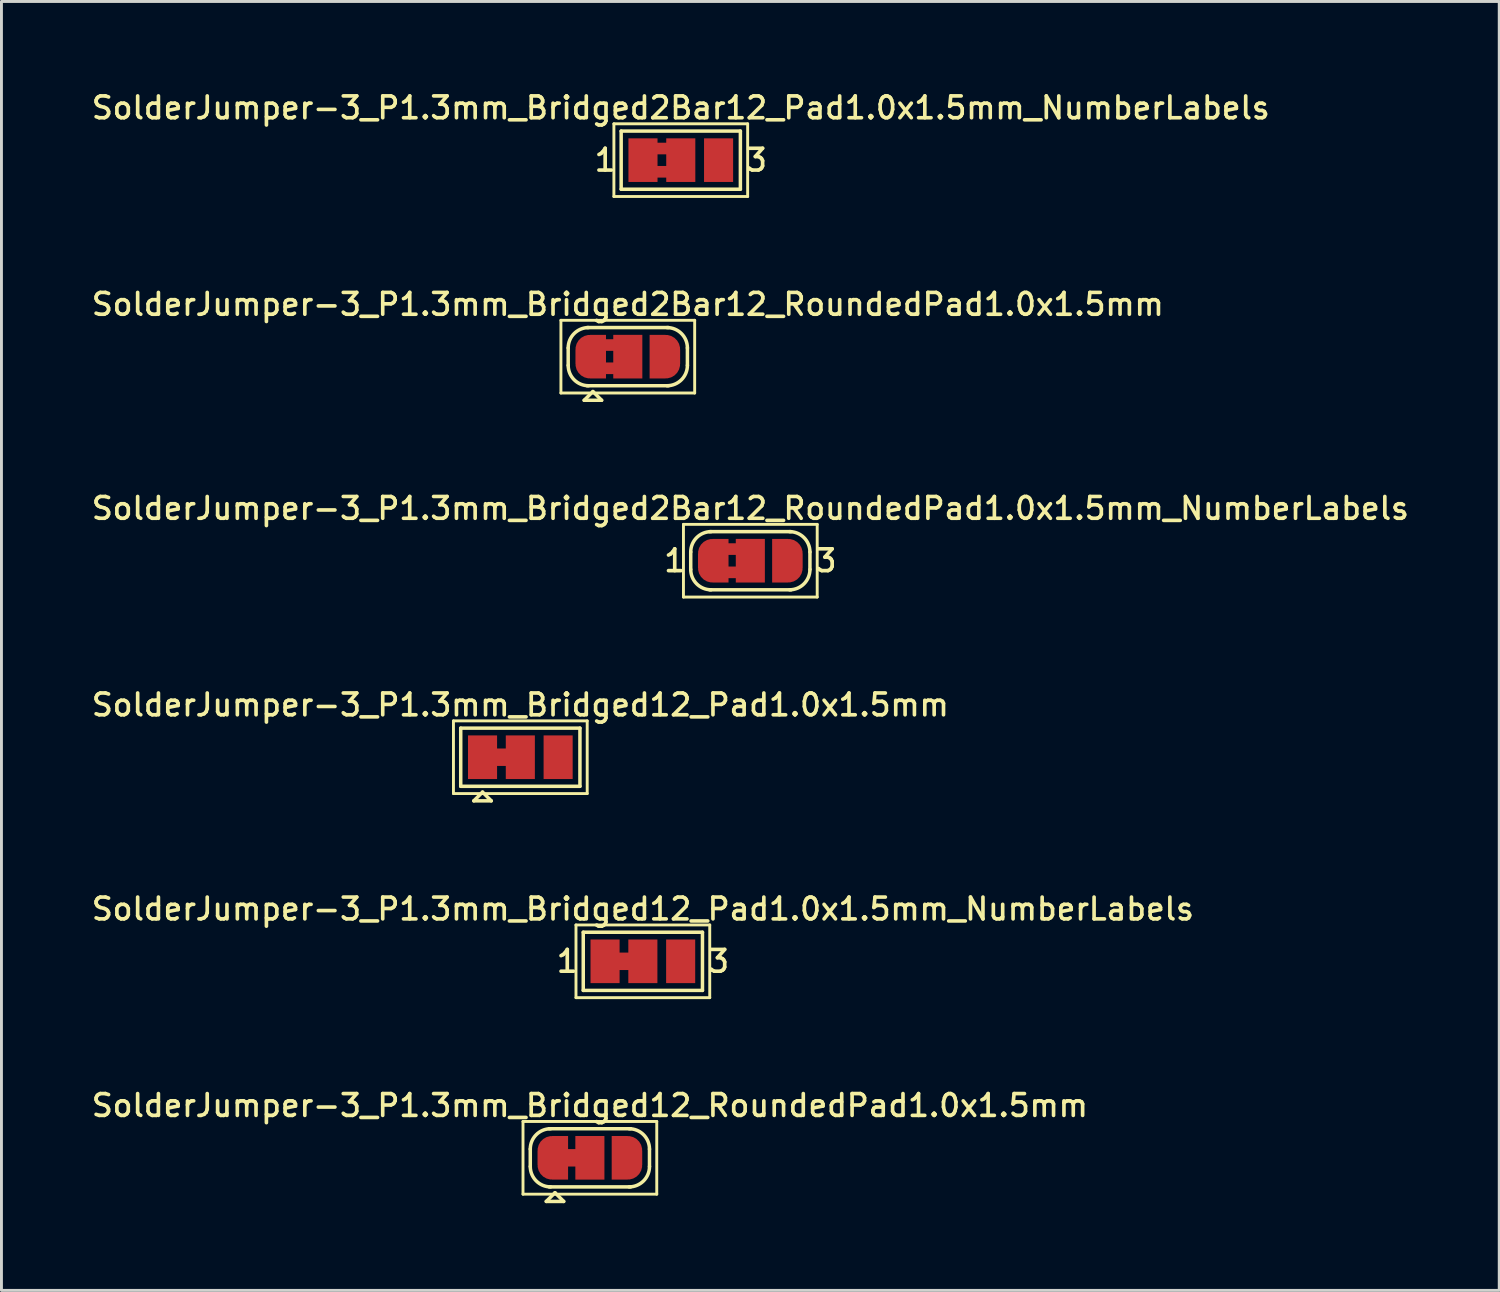
<source format=kicad_pcb>
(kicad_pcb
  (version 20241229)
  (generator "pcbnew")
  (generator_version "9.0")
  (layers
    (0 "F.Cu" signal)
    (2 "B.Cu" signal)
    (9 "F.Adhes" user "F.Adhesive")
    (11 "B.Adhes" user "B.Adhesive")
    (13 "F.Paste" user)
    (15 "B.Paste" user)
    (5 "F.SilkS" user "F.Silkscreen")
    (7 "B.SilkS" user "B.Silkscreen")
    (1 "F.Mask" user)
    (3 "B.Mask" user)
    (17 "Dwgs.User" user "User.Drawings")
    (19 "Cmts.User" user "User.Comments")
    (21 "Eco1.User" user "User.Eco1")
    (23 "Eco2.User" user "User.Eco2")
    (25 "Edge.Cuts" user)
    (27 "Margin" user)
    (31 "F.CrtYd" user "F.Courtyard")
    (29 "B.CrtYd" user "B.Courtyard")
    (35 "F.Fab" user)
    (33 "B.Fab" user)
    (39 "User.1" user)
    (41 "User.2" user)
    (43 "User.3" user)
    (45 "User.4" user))
  (footprint "SolderJumper-3_P1.3mm_Bridged12_RoundedPad1.0x1.5mm"
    (layer "F.Cu")
    (at 17.237 36.769)
    (property "Reference" "SolderJumper-3_P1.3mm_Bridged12_RoundedPad1.0x1.5mm" (at 0 -1.8 0) (layer "F.SilkS") (effects (font (size 0.75 0.75) (thickness 0.125))))
    (attr exclude_from_pos_files exclude_from_bom)
    (fp_poly (pts (xy -0.9 -0.3) (xy -0.4 -0.3) (xy -0.4 0.3) (xy -0.9 0.3)) (stroke (width 0) (type solid)) (fill yes) (layer "F.Cu"))
    (fp_line (start -2.3 -1.25) (end -2.3 1.25) (stroke (width 0.1) (type solid)) (layer "F.SilkS"))
    (fp_line (start -2.3 -1.25) (end 2.3 -1.25) (stroke (width 0.1) (type solid)) (layer "F.SilkS"))
    (fp_line (start -2.05 0.3) (end -2.05 -0.3) (stroke (width 0.12) (type solid)) (layer "F.SilkS"))
    (fp_line (start -1.5 1.5) (end -0.9 1.5) (stroke (width 0.12) (type solid)) (layer "F.SilkS"))
    (fp_line (start -1.4 -1) (end 1.4 -1) (stroke (width 0.12) (type solid)) (layer "F.SilkS"))
    (fp_line (start -1.2 1.2) (end -1.5 1.5) (stroke (width 0.12) (type solid)) (layer "F.SilkS"))
    (fp_line (start -1.2 1.2) (end -0.9 1.5) (stroke (width 0.12) (type solid)) (layer "F.SilkS"))
    (fp_line (start 1.4 1) (end -1.4 1) (stroke (width 0.12) (type solid)) (layer "F.SilkS"))
    (fp_line (start 2.05 -0.3) (end 2.05 0.3) (stroke (width 0.12) (type solid)) (layer "F.SilkS"))
    (fp_line (start 2.3 1.25) (end -2.3 1.25) (stroke (width 0.1) (type solid)) (layer "F.SilkS"))
    (fp_line (start 2.3 1.25) (end 2.3 -1.25) (stroke (width 0.1) (type solid)) (layer "F.SilkS"))
    (fp_arc (start -2.05 -0.3) (mid -1.844975 -0.794975) (end -1.35 -1) (stroke (width 0.12) (type solid)) (layer "F.SilkS"))
    (fp_arc (start -1.35 1) (mid -1.844975 0.794975) (end -2.05 0.3) (stroke (width 0.12) (type solid)) (layer "F.SilkS"))
    (fp_arc (start 1.35 -1) (mid 1.844975 -0.794975) (end 2.05 -0.3) (stroke (width 0.12) (type solid)) (layer "F.SilkS"))
    (fp_arc (start 2.05 0.3) (mid 1.844975 0.794975) (end 1.35 1) (stroke (width 0.12) (type solid)) (layer "F.SilkS"))
    (pad "1" smd custom (at -1.3 0) (size 1 0.5) (layers "F.Cu" "F.Mask") (options (anchor rect)) (primitives (gr_circle (center 0 0.25) (end 0.5 0.25) (width 0) (fill yes)) (gr_circle (center 0 -0.25) (end 0.5 -0.25) (width 0) (fill yes)) (gr_poly (pts (xy 0.55 0.75) (xy 0 0.75) (xy 0 -0.75) (xy 0.55 -0.75)) (width 0) (fill yes))))
    (pad "2" smd rect (at 0 0) (size 1 1.5) (layers "F.Cu" "F.Mask"))
    (pad "3" smd custom (at 1.3 0) (size 1 0.5) (layers "F.Cu" "F.Mask") (options (anchor rect)) (primitives (gr_circle (center 0 0.25) (end 0.5 0.25) (width 0) (fill yes)) (gr_circle (center 0 -0.25) (end 0.5 -0.25) (width 0) (fill yes)) (gr_poly (pts (xy 0 0.75) (xy -0.55 0.75) (xy -0.55 -0.75) (xy 0 -0.75)) (width 0) (fill yes)))))
  (footprint "SolderJumper-3_P1.3mm_Bridged2Bar12_Pad1.0x1.5mm_NumberLabels"
    (layer "F.Cu")
    (at 20.363 2.458)
    (property "Reference" "SolderJumper-3_P1.3mm_Bridged2Bar12_Pad1.0x1.5mm_NumberLabels" (at 0 -1.8 0) (layer "F.SilkS") (effects (font (size 0.75 0.75) (thickness 0.125))))
    (attr exclude_from_pos_files exclude_from_bom)
    (fp_poly (pts (xy -0.9 -0.6) (xy -0.4 -0.6) (xy -0.4 -0.2) (xy -0.9 -0.2)) (stroke (width 0) (type solid)) (fill yes) (layer "F.Cu"))
    (fp_poly (pts (xy -0.9 0.2) (xy -0.4 0.2) (xy -0.4 0.6) (xy -0.9 0.6)) (stroke (width 0) (type solid)) (fill yes) (layer "F.Cu"))
    (fp_line (start -2.3 -1.25) (end -2.3 1.25) (stroke (width 0.1) (type solid)) (layer "F.SilkS"))
    (fp_line (start -2.3 -1.25) (end 2.3 -1.25) (stroke (width 0.1) (type solid)) (layer "F.SilkS"))
    (fp_line (start -2.05 -1) (end 2.05 -1) (stroke (width 0.12) (type solid)) (layer "F.SilkS"))
    (fp_line (start -2.05 1) (end -2.05 -1) (stroke (width 0.12) (type solid)) (layer "F.SilkS"))
    (fp_line (start 2.05 -1) (end 2.05 1) (stroke (width 0.12) (type solid)) (layer "F.SilkS"))
    (fp_line (start 2.05 1) (end -2.05 1) (stroke (width 0.12) (type solid)) (layer "F.SilkS"))
    (fp_line (start 2.3 1.25) (end -2.3 1.25) (stroke (width 0.1) (type solid)) (layer "F.SilkS"))
    (fp_line (start 2.3 1.25) (end 2.3 -1.25) (stroke (width 0.1) (type solid)) (layer "F.SilkS"))
    (fp_text user "1" (at -2.6 0 0) (layer "F.SilkS") (effects (font (size 0.75 0.75) (thickness 0.125))))
    (fp_text user "3" (at 2.6 0 0) (layer "F.SilkS") (effects (font (size 0.75 0.75) (thickness 0.125))))
    (pad "1" smd rect (at -1.3 0) (size 1 1.5) (layers "F.Cu" "F.Mask"))
    (pad "2" smd rect (at 0 0) (size 1 1.5) (layers "F.Cu" "F.Mask"))
    (pad "3" smd rect (at 1.3 0) (size 1 1.5) (layers "F.Cu" "F.Mask")))
  (footprint "SolderJumper-3_P1.3mm_Bridged12_Pad1.0x1.5mm_NumberLabels"
    (layer "F.Cu")
    (at 19.059 30.011)
    (property "Reference" "SolderJumper-3_P1.3mm_Bridged12_Pad1.0x1.5mm_NumberLabels" (at 0 -1.8 0) (layer "F.SilkS") (effects (font (size 0.75 0.75) (thickness 0.125))))
    (attr exclude_from_pos_files exclude_from_bom)
    (fp_poly (pts (xy -0.9 -0.3) (xy -0.4 -0.3) (xy -0.4 0.3) (xy -0.9 0.3)) (stroke (width 0) (type solid)) (fill yes) (layer "F.Cu"))
    (fp_line (start -2.3 -1.25) (end -2.3 1.25) (stroke (width 0.1) (type solid)) (layer "F.SilkS"))
    (fp_line (start -2.3 -1.25) (end 2.3 -1.25) (stroke (width 0.1) (type solid)) (layer "F.SilkS"))
    (fp_line (start -2.05 -1) (end 2.05 -1) (stroke (width 0.12) (type solid)) (layer "F.SilkS"))
    (fp_line (start -2.05 1) (end -2.05 -1) (stroke (width 0.12) (type solid)) (layer "F.SilkS"))
    (fp_line (start 2.05 -1) (end 2.05 1) (stroke (width 0.12) (type solid)) (layer "F.SilkS"))
    (fp_line (start 2.05 1) (end -2.05 1) (stroke (width 0.12) (type solid)) (layer "F.SilkS"))
    (fp_line (start 2.3 1.25) (end -2.3 1.25) (stroke (width 0.1) (type solid)) (layer "F.SilkS"))
    (fp_line (start 2.3 1.25) (end 2.3 -1.25) (stroke (width 0.1) (type solid)) (layer "F.SilkS"))
    (fp_text user "3" (at 2.6 0 0) (layer "F.SilkS") (effects (font (size 0.75 0.75) (thickness 0.125))))
    (fp_text user "1" (at -2.6 0 0) (layer "F.SilkS") (effects (font (size 0.75 0.75) (thickness 0.125))))
    (pad "1" smd rect (at -1.3 0) (size 1 1.5) (layers "F.Cu" "F.Mask"))
    (pad "2" smd rect (at 0 0) (size 1 1.5) (layers "F.Cu" "F.Mask"))
    (pad "3" smd rect (at 1.3 0) (size 1 1.5) (layers "F.Cu" "F.Mask")))
  (footprint "SolderJumper-3_P1.3mm_Bridged2Bar12_RoundedPad1.0x1.5mm_NumberLabels"
    (layer "F.Cu")
    (at 22.755 16.234)
    (property "Reference" "SolderJumper-3_P1.3mm_Bridged2Bar12_RoundedPad1.0x1.5mm_NumberLabels" (at 0 -1.8 0) (layer "F.SilkS") (effects (font (size 0.75 0.75) (thickness 0.125))))
    (attr exclude_from_pos_files exclude_from_bom)
    (fp_poly (pts (xy -0.9 -0.6) (xy -0.4 -0.6) (xy -0.4 -0.2) (xy -0.9 -0.2)) (stroke (width 0) (type solid)) (fill yes) (layer "F.Cu"))
    (fp_poly (pts (xy -0.9 0.2) (xy -0.4 0.2) (xy -0.4 0.6) (xy -0.9 0.6)) (stroke (width 0) (type solid)) (fill yes) (layer "F.Cu"))
    (fp_line (start -2.3 -1.25) (end -2.3 1.25) (stroke (width 0.1) (type solid)) (layer "F.SilkS"))
    (fp_line (start -2.3 -1.25) (end 2.3 -1.25) (stroke (width 0.1) (type solid)) (layer "F.SilkS"))
    (fp_line (start -2.05 0.3) (end -2.05 -0.3) (stroke (width 0.12) (type solid)) (layer "F.SilkS"))
    (fp_line (start -1.4 -1) (end 1.4 -1) (stroke (width 0.12) (type solid)) (layer "F.SilkS"))
    (fp_line (start 1.4 1) (end -1.4 1) (stroke (width 0.12) (type solid)) (layer "F.SilkS"))
    (fp_line (start 2.05 -0.3) (end 2.05 0.3) (stroke (width 0.12) (type solid)) (layer "F.SilkS"))
    (fp_line (start 2.3 1.25) (end -2.3 1.25) (stroke (width 0.1) (type solid)) (layer "F.SilkS"))
    (fp_line (start 2.3 1.25) (end 2.3 -1.25) (stroke (width 0.1) (type solid)) (layer "F.SilkS"))
    (fp_arc (start -2.05 -0.3) (mid -1.844975 -0.794975) (end -1.35 -1) (stroke (width 0.12) (type solid)) (layer "F.SilkS"))
    (fp_arc (start -1.35 1) (mid -1.844975 0.794975) (end -2.05 0.3) (stroke (width 0.12) (type solid)) (layer "F.SilkS"))
    (fp_arc (start 1.35 -1) (mid 1.844975 -0.794975) (end 2.05 -0.3) (stroke (width 0.12) (type solid)) (layer "F.SilkS"))
    (fp_arc (start 2.05 0.3) (mid 1.844975 0.794975) (end 1.35 1) (stroke (width 0.12) (type solid)) (layer "F.SilkS"))
    (fp_text user "3" (at 2.6 0 0) (layer "F.SilkS") (effects (font (size 0.75 0.75) (thickness 0.125))))
    (fp_text user "1" (at -2.6 0 0) (layer "F.SilkS") (effects (font (size 0.75 0.75) (thickness 0.125))))
    (pad "1" smd custom (at -1.3 0) (size 1 0.5) (layers "F.Cu" "F.Mask") (options (anchor rect)) (primitives (gr_circle (center 0 0.25) (end 0.5 0.25) (width 0) (fill yes)) (gr_circle (center 0 -0.25) (end 0.5 -0.25) (width 0) (fill yes)) (gr_poly (pts (xy 0.55 0.75) (xy 0 0.75) (xy 0 -0.75) (xy 0.55 -0.75)) (width 0) (fill yes))))
    (pad "2" smd rect (at 0 0) (size 1 1.5) (layers "F.Cu" "F.Mask"))
    (pad "3" smd custom (at 1.3 0) (size 1 0.5) (layers "F.Cu" "F.Mask") (options (anchor rect)) (primitives (gr_circle (center 0 0.25) (end 0.5 0.25) (width 0) (fill yes)) (gr_circle (center 0 -0.25) (end 0.5 -0.25) (width 0) (fill yes)) (gr_poly (pts (xy 0 0.75) (xy -0.55 0.75) (xy -0.55 -0.75) (xy 0 -0.75)) (width 0) (fill yes)))))
  (footprint "SolderJumper-3_P1.3mm_Bridged12_Pad1.0x1.5mm"
    (layer "F.Cu")
    (at 14.845 22.992)
    (property "Reference" "SolderJumper-3_P1.3mm_Bridged12_Pad1.0x1.5mm" (at 0 -1.8 0) (layer "F.SilkS") (effects (font (size 0.75 0.75) (thickness 0.125))))
    (attr exclude_from_pos_files exclude_from_bom)
    (fp_poly (pts (xy -0.9 -0.3) (xy -0.4 -0.3) (xy -0.4 0.3) (xy -0.9 0.3)) (stroke (width 0) (type solid)) (fill yes) (layer "F.Cu"))
    (fp_line (start -2.3 -1.25) (end -2.3 1.25) (stroke (width 0.1) (type solid)) (layer "F.SilkS"))
    (fp_line (start -2.3 -1.25) (end 2.3 -1.25) (stroke (width 0.1) (type solid)) (layer "F.SilkS"))
    (fp_line (start -2.05 -1) (end 2.05 -1) (stroke (width 0.12) (type solid)) (layer "F.SilkS"))
    (fp_line (start -2.05 1) (end -2.05 -1) (stroke (width 0.12) (type solid)) (layer "F.SilkS"))
    (fp_line (start -1.6 1.5) (end -1 1.5) (stroke (width 0.12) (type solid)) (layer "F.SilkS"))
    (fp_line (start -1.3 1.2) (end -1.6 1.5) (stroke (width 0.12) (type solid)) (layer "F.SilkS"))
    (fp_line (start -1.3 1.2) (end -1 1.5) (stroke (width 0.12) (type solid)) (layer "F.SilkS"))
    (fp_line (start 2.05 -1) (end 2.05 1) (stroke (width 0.12) (type solid)) (layer "F.SilkS"))
    (fp_line (start 2.05 1) (end -2.05 1) (stroke (width 0.12) (type solid)) (layer "F.SilkS"))
    (fp_line (start 2.3 1.25) (end -2.3 1.25) (stroke (width 0.1) (type solid)) (layer "F.SilkS"))
    (fp_line (start 2.3 1.25) (end 2.3 -1.25) (stroke (width 0.1) (type solid)) (layer "F.SilkS"))
    (pad "1" smd rect (at -1.3 0) (size 1 1.5) (layers "F.Cu" "F.Mask"))
    (pad "2" smd rect (at 0 0) (size 1 1.5) (layers "F.Cu" "F.Mask"))
    (pad "3" smd rect (at 1.3 0) (size 1 1.5) (layers "F.Cu" "F.Mask")))
  (footprint "SolderJumper-3_P1.3mm_Bridged2Bar12_RoundedPad1.0x1.5mm"
    (layer "F.Cu")
    (at 18.541 9.216)
    (property "Reference" "SolderJumper-3_P1.3mm_Bridged2Bar12_RoundedPad1.0x1.5mm" (at 0 -1.8 0) (layer "F.SilkS") (effects (font (size 0.75 0.75) (thickness 0.125))))
    (attr exclude_from_pos_files exclude_from_bom)
    (fp_poly (pts (xy -0.9 -0.6) (xy -0.4 -0.6) (xy -0.4 -0.2) (xy -0.9 -0.2)) (stroke (width 0) (type solid)) (fill yes) (layer "F.Cu"))
    (fp_poly (pts (xy -0.9 0.2) (xy -0.4 0.2) (xy -0.4 0.6) (xy -0.9 0.6)) (stroke (width 0) (type solid)) (fill yes) (layer "F.Cu"))
    (fp_line (start -2.3 -1.25) (end -2.3 1.25) (stroke (width 0.1) (type solid)) (layer "F.SilkS"))
    (fp_line (start -2.3 -1.25) (end 2.3 -1.25) (stroke (width 0.1) (type solid)) (layer "F.SilkS"))
    (fp_line (start -2.05 0.3) (end -2.05 -0.3) (stroke (width 0.12) (type solid)) (layer "F.SilkS"))
    (fp_line (start -1.5 1.5) (end -0.9 1.5) (stroke (width 0.12) (type solid)) (layer "F.SilkS"))
    (fp_line (start -1.4 -1) (end 1.4 -1) (stroke (width 0.12) (type solid)) (layer "F.SilkS"))
    (fp_line (start -1.2 1.2) (end -1.5 1.5) (stroke (width 0.12) (type solid)) (layer "F.SilkS"))
    (fp_line (start -1.2 1.2) (end -0.9 1.5) (stroke (width 0.12) (type solid)) (layer "F.SilkS"))
    (fp_line (start 1.4 1) (end -1.4 1) (stroke (width 0.12) (type solid)) (layer "F.SilkS"))
    (fp_line (start 2.05 -0.3) (end 2.05 0.3) (stroke (width 0.12) (type solid)) (layer "F.SilkS"))
    (fp_line (start 2.3 1.25) (end -2.3 1.25) (stroke (width 0.1) (type solid)) (layer "F.SilkS"))
    (fp_line (start 2.3 1.25) (end 2.3 -1.25) (stroke (width 0.1) (type solid)) (layer "F.SilkS"))
    (fp_arc (start -2.05 -0.3) (mid -1.844975 -0.794975) (end -1.35 -1) (stroke (width 0.12) (type solid)) (layer "F.SilkS"))
    (fp_arc (start -1.35 1) (mid -1.844975 0.794975) (end -2.05 0.3) (stroke (width 0.12) (type solid)) (layer "F.SilkS"))
    (fp_arc (start 1.35 -1) (mid 1.844975 -0.794975) (end 2.05 -0.3) (stroke (width 0.12) (type solid)) (layer "F.SilkS"))
    (fp_arc (start 2.05 0.3) (mid 1.844975 0.794975) (end 1.35 1) (stroke (width 0.12) (type solid)) (layer "F.SilkS"))
    (pad "1" smd custom (at -1.3 0) (size 1 0.5) (layers "F.Cu" "F.Mask") (options (anchor rect)) (primitives (gr_circle (center 0 0.25) (end 0.5 0.25) (width 0) (fill yes)) (gr_circle (center 0 -0.25) (end 0.5 -0.25) (width 0) (fill yes)) (gr_poly (pts (xy 0.55 0.75) (xy 0 0.75) (xy 0 -0.75) (xy 0.55 -0.75)) (width 0) (fill yes))))
    (pad "2" smd rect (at 0 0) (size 1 1.5) (layers "F.Cu" "F.Mask"))
    (pad "3" smd custom (at 1.3 0) (size 1 0.5) (layers "F.Cu" "F.Mask") (options (anchor rect)) (primitives (gr_circle (center 0 0.25) (end 0.5 0.25) (width 0) (fill yes)) (gr_circle (center 0 -0.25) (end 0.5 -0.25) (width 0) (fill yes)) (gr_poly (pts (xy 0 0.75) (xy -0.55 0.75) (xy -0.55 -0.75) (xy 0 -0.75)) (width 0) (fill yes)))))
  (gr_rect
    (start -3 -3)
    (end 48.511 41.329)
    (stroke (width 0.1) (type default))
    (fill no)
    (layer "Edge.Cuts")))
</source>
